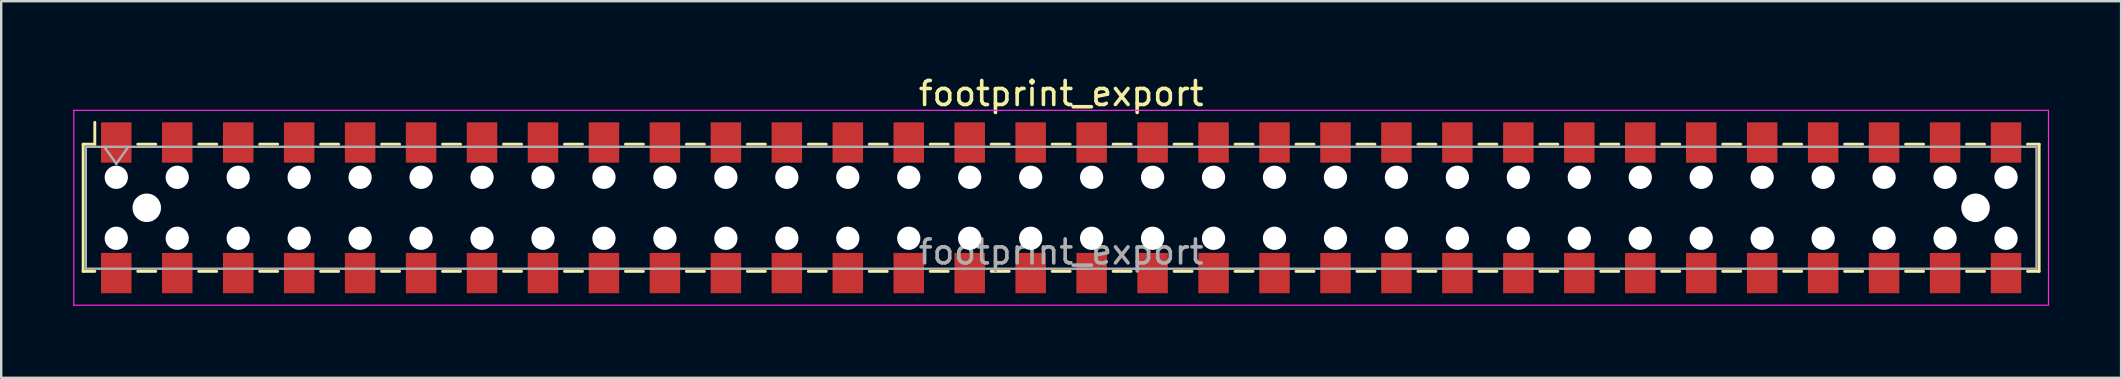
<source format=kicad_pcb>
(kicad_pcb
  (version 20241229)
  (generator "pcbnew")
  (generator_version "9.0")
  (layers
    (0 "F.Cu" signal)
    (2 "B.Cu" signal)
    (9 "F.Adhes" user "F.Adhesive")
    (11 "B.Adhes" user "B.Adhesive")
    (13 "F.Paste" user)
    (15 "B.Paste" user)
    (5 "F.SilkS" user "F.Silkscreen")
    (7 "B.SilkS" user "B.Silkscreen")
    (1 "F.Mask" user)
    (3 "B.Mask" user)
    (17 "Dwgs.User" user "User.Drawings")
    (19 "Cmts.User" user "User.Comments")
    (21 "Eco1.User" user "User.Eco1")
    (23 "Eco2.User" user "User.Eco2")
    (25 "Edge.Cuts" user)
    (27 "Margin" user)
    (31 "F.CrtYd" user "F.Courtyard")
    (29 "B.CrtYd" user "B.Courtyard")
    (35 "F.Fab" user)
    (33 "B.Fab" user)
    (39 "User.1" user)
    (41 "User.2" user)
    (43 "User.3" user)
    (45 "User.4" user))
  (footprint "footprint_export"
    (layer "F.Cu")
    (at 41.165 5.608)
    (property "Reference" "footprint_export" (at 0 -4.76 0) (layer "F.SilkS") (effects (font (size 1 1) (thickness 0.15))))
    (attr smd)
    (fp_line (start -40.75 -2.65) (end -40.75 2.65) (stroke (width 0.12) (type solid)) (layer "F.SilkS"))
    (fp_line (start -40.75 2.65) (end -40.265 2.65) (stroke (width 0.12) (type solid)) (layer "F.SilkS"))
    (fp_line (start -40.265 -3.56) (end -40.265 -2.65) (stroke (width 0.12) (type solid)) (layer "F.SilkS"))
    (fp_line (start -40.265 -2.65) (end -40.75 -2.65) (stroke (width 0.12) (type solid)) (layer "F.SilkS"))
    (fp_line (start -38.475 -2.65) (end -37.725 -2.65) (stroke (width 0.12) (type solid)) (layer "F.SilkS"))
    (fp_line (start -38.475 2.65) (end -37.725 2.65) (stroke (width 0.12) (type solid)) (layer "F.SilkS"))
    (fp_line (start -35.935 -2.65) (end -35.185 -2.65) (stroke (width 0.12) (type solid)) (layer "F.SilkS"))
    (fp_line (start -35.935 2.65) (end -35.185 2.65) (stroke (width 0.12) (type solid)) (layer "F.SilkS"))
    (fp_line (start -33.395 -2.65) (end -32.645 -2.65) (stroke (width 0.12) (type solid)) (layer "F.SilkS"))
    (fp_line (start -33.395 2.65) (end -32.645 2.65) (stroke (width 0.12) (type solid)) (layer "F.SilkS"))
    (fp_line (start -30.855 -2.65) (end -30.105 -2.65) (stroke (width 0.12) (type solid)) (layer "F.SilkS"))
    (fp_line (start -30.855 2.65) (end -30.105 2.65) (stroke (width 0.12) (type solid)) (layer "F.SilkS"))
    (fp_line (start -28.315 -2.65) (end -27.565 -2.65) (stroke (width 0.12) (type solid)) (layer "F.SilkS"))
    (fp_line (start -28.315 2.65) (end -27.565 2.65) (stroke (width 0.12) (type solid)) (layer "F.SilkS"))
    (fp_line (start -25.775 -2.65) (end -25.025 -2.65) (stroke (width 0.12) (type solid)) (layer "F.SilkS"))
    (fp_line (start -25.775 2.65) (end -25.025 2.65) (stroke (width 0.12) (type solid)) (layer "F.SilkS"))
    (fp_line (start -23.235 -2.65) (end -22.485 -2.65) (stroke (width 0.12) (type solid)) (layer "F.SilkS"))
    (fp_line (start -23.235 2.65) (end -22.485 2.65) (stroke (width 0.12) (type solid)) (layer "F.SilkS"))
    (fp_line (start -20.695 -2.65) (end -19.945 -2.65) (stroke (width 0.12) (type solid)) (layer "F.SilkS"))
    (fp_line (start -20.695 2.65) (end -19.945 2.65) (stroke (width 0.12) (type solid)) (layer "F.SilkS"))
    (fp_line (start -18.155 -2.65) (end -17.405 -2.65) (stroke (width 0.12) (type solid)) (layer "F.SilkS"))
    (fp_line (start -18.155 2.65) (end -17.405 2.65) (stroke (width 0.12) (type solid)) (layer "F.SilkS"))
    (fp_line (start -15.615 -2.65) (end -14.865 -2.65) (stroke (width 0.12) (type solid)) (layer "F.SilkS"))
    (fp_line (start -15.615 2.65) (end -14.865 2.65) (stroke (width 0.12) (type solid)) (layer "F.SilkS"))
    (fp_line (start -13.075 -2.65) (end -12.325 -2.65) (stroke (width 0.12) (type solid)) (layer "F.SilkS"))
    (fp_line (start -13.075 2.65) (end -12.325 2.65) (stroke (width 0.12) (type solid)) (layer "F.SilkS"))
    (fp_line (start -10.535 -2.65) (end -9.785 -2.65) (stroke (width 0.12) (type solid)) (layer "F.SilkS"))
    (fp_line (start -10.535 2.65) (end -9.785 2.65) (stroke (width 0.12) (type solid)) (layer "F.SilkS"))
    (fp_line (start -7.995 -2.65) (end -7.245 -2.65) (stroke (width 0.12) (type solid)) (layer "F.SilkS"))
    (fp_line (start -7.995 2.65) (end -7.245 2.65) (stroke (width 0.12) (type solid)) (layer "F.SilkS"))
    (fp_line (start -5.455 -2.65) (end -4.705 -2.65) (stroke (width 0.12) (type solid)) (layer "F.SilkS"))
    (fp_line (start -5.455 2.65) (end -4.705 2.65) (stroke (width 0.12) (type solid)) (layer "F.SilkS"))
    (fp_line (start -2.915 -2.65) (end -2.165 -2.65) (stroke (width 0.12) (type solid)) (layer "F.SilkS"))
    (fp_line (start -2.915 2.65) (end -2.165 2.65) (stroke (width 0.12) (type solid)) (layer "F.SilkS"))
    (fp_line (start -0.375 -2.65) (end 0.375 -2.65) (stroke (width 0.12) (type solid)) (layer "F.SilkS"))
    (fp_line (start -0.375 2.65) (end 0.375 2.65) (stroke (width 0.12) (type solid)) (layer "F.SilkS"))
    (fp_line (start 2.165 -2.65) (end 2.915 -2.65) (stroke (width 0.12) (type solid)) (layer "F.SilkS"))
    (fp_line (start 2.165 2.65) (end 2.915 2.65) (stroke (width 0.12) (type solid)) (layer "F.SilkS"))
    (fp_line (start 4.705 -2.65) (end 5.455 -2.65) (stroke (width 0.12) (type solid)) (layer "F.SilkS"))
    (fp_line (start 4.705 2.65) (end 5.455 2.65) (stroke (width 0.12) (type solid)) (layer "F.SilkS"))
    (fp_line (start 7.245 -2.65) (end 7.995 -2.65) (stroke (width 0.12) (type solid)) (layer "F.SilkS"))
    (fp_line (start 7.245 2.65) (end 7.995 2.65) (stroke (width 0.12) (type solid)) (layer "F.SilkS"))
    (fp_line (start 9.785 -2.65) (end 10.535 -2.65) (stroke (width 0.12) (type solid)) (layer "F.SilkS"))
    (fp_line (start 9.785 2.65) (end 10.535 2.65) (stroke (width 0.12) (type solid)) (layer "F.SilkS"))
    (fp_line (start 12.325 -2.65) (end 13.075 -2.65) (stroke (width 0.12) (type solid)) (layer "F.SilkS"))
    (fp_line (start 12.325 2.65) (end 13.075 2.65) (stroke (width 0.12) (type solid)) (layer "F.SilkS"))
    (fp_line (start 14.865 -2.65) (end 15.615 -2.65) (stroke (width 0.12) (type solid)) (layer "F.SilkS"))
    (fp_line (start 14.865 2.65) (end 15.615 2.65) (stroke (width 0.12) (type solid)) (layer "F.SilkS"))
    (fp_line (start 17.405 -2.65) (end 18.155 -2.65) (stroke (width 0.12) (type solid)) (layer "F.SilkS"))
    (fp_line (start 17.405 2.65) (end 18.155 2.65) (stroke (width 0.12) (type solid)) (layer "F.SilkS"))
    (fp_line (start 19.945 -2.65) (end 20.695 -2.65) (stroke (width 0.12) (type solid)) (layer "F.SilkS"))
    (fp_line (start 19.945 2.65) (end 20.695 2.65) (stroke (width 0.12) (type solid)) (layer "F.SilkS"))
    (fp_line (start 22.485 -2.65) (end 23.235 -2.65) (stroke (width 0.12) (type solid)) (layer "F.SilkS"))
    (fp_line (start 22.485 2.65) (end 23.235 2.65) (stroke (width 0.12) (type solid)) (layer "F.SilkS"))
    (fp_line (start 25.025 -2.65) (end 25.775 -2.65) (stroke (width 0.12) (type solid)) (layer "F.SilkS"))
    (fp_line (start 25.025 2.65) (end 25.775 2.65) (stroke (width 0.12) (type solid)) (layer "F.SilkS"))
    (fp_line (start 27.565 -2.65) (end 28.315 -2.65) (stroke (width 0.12) (type solid)) (layer "F.SilkS"))
    (fp_line (start 27.565 2.65) (end 28.315 2.65) (stroke (width 0.12) (type solid)) (layer "F.SilkS"))
    (fp_line (start 30.105 -2.65) (end 30.855 -2.65) (stroke (width 0.12) (type solid)) (layer "F.SilkS"))
    (fp_line (start 30.105 2.65) (end 30.855 2.65) (stroke (width 0.12) (type solid)) (layer "F.SilkS"))
    (fp_line (start 32.645 -2.65) (end 33.395 -2.65) (stroke (width 0.12) (type solid)) (layer "F.SilkS"))
    (fp_line (start 32.645 2.65) (end 33.395 2.65) (stroke (width 0.12) (type solid)) (layer "F.SilkS"))
    (fp_line (start 35.185 -2.65) (end 35.935 -2.65) (stroke (width 0.12) (type solid)) (layer "F.SilkS"))
    (fp_line (start 35.185 2.65) (end 35.935 2.65) (stroke (width 0.12) (type solid)) (layer "F.SilkS"))
    (fp_line (start 37.725 -2.65) (end 38.475 -2.65) (stroke (width 0.12) (type solid)) (layer "F.SilkS"))
    (fp_line (start 37.725 2.65) (end 38.475 2.65) (stroke (width 0.12) (type solid)) (layer "F.SilkS"))
    (fp_line (start 40.265 -2.65) (end 40.75 -2.65) (stroke (width 0.12) (type solid)) (layer "F.SilkS"))
    (fp_line (start 40.75 -2.65) (end 40.75 2.65) (stroke (width 0.12) (type solid)) (layer "F.SilkS"))
    (fp_line (start 40.75 2.65) (end 40.265 2.65) (stroke (width 0.12) (type solid)) (layer "F.SilkS"))
    (fp_line (start -41.14 -4.06) (end 41.14 -4.06) (stroke (width 0.05) (type solid)) (layer "F.CrtYd"))
    (fp_line (start -41.14 4.06) (end -41.14 -4.06) (stroke (width 0.05) (type solid)) (layer "F.CrtYd"))
    (fp_line (start 41.14 -4.06) (end 41.14 4.06) (stroke (width 0.05) (type solid)) (layer "F.CrtYd"))
    (fp_line (start 41.14 4.06) (end -41.14 4.06) (stroke (width 0.05) (type solid)) (layer "F.CrtYd"))
    (fp_line (start -40.64 -2.54) (end 40.64 -2.54) (stroke (width 0.1) (type solid)) (layer "F.Fab"))
    (fp_line (start -40.64 2.54) (end -40.64 -2.54) (stroke (width 0.1) (type solid)) (layer "F.Fab"))
    (fp_line (start -39.87 -2.54) (end -39.37 -1.833) (stroke (width 0.1) (type solid)) (layer "F.Fab"))
    (fp_line (start -39.37 -1.833) (end -38.87 -2.54) (stroke (width 0.1) (type solid)) (layer "F.Fab"))
    (fp_line (start 40.64 -2.54) (end 40.64 2.54) (stroke (width 0.1) (type solid)) (layer "F.Fab"))
    (fp_line (start 40.64 2.54) (end -40.64 2.54) (stroke (width 0.1) (type solid)) (layer "F.Fab"))
    (fp_text user "${REFERENCE}" (at 0 1.84 0) (layer "F.Fab") (effects (font (size 1 1) (thickness 0.15))))
    (pad "" np_thru_hole circle (at -39.37 -1.27) (size 0.97 0.97) (drill 0.97) (layers "*.Cu" "*.Mask"))
    (pad "" np_thru_hole circle (at -39.37 1.27) (size 0.97 0.97) (drill 0.97) (layers "*.Cu" "*.Mask"))
    (pad "" np_thru_hole circle (at -38.1 0) (size 1.19 1.19) (drill 1.19) (layers "*.Cu" "*.Mask"))
    (pad "" np_thru_hole circle (at -36.83 -1.27) (size 0.97 0.97) (drill 0.97) (layers "*.Cu" "*.Mask"))
    (pad "" np_thru_hole circle (at -36.83 1.27) (size 0.97 0.97) (drill 0.97) (layers "*.Cu" "*.Mask"))
    (pad "" np_thru_hole circle (at -34.29 -1.27) (size 0.97 0.97) (drill 0.97) (layers "*.Cu" "*.Mask"))
    (pad "" np_thru_hole circle (at -34.29 1.27) (size 0.97 0.97) (drill 0.97) (layers "*.Cu" "*.Mask"))
    (pad "" np_thru_hole circle (at -31.75 -1.27) (size 0.97 0.97) (drill 0.97) (layers "*.Cu" "*.Mask"))
    (pad "" np_thru_hole circle (at -31.75 1.27) (size 0.97 0.97) (drill 0.97) (layers "*.Cu" "*.Mask"))
    (pad "" np_thru_hole circle (at -29.21 -1.27) (size 0.97 0.97) (drill 0.97) (layers "*.Cu" "*.Mask"))
    (pad "" np_thru_hole circle (at -29.21 1.27) (size 0.97 0.97) (drill 0.97) (layers "*.Cu" "*.Mask"))
    (pad "" np_thru_hole circle (at -26.67 -1.27) (size 0.97 0.97) (drill 0.97) (layers "*.Cu" "*.Mask"))
    (pad "" np_thru_hole circle (at -26.67 1.27) (size 0.97 0.97) (drill 0.97) (layers "*.Cu" "*.Mask"))
    (pad "" np_thru_hole circle (at -24.13 -1.27) (size 0.97 0.97) (drill 0.97) (layers "*.Cu" "*.Mask"))
    (pad "" np_thru_hole circle (at -24.13 1.27) (size 0.97 0.97) (drill 0.97) (layers "*.Cu" "*.Mask"))
    (pad "" np_thru_hole circle (at -21.59 -1.27) (size 0.97 0.97) (drill 0.97) (layers "*.Cu" "*.Mask"))
    (pad "" np_thru_hole circle (at -21.59 1.27) (size 0.97 0.97) (drill 0.97) (layers "*.Cu" "*.Mask"))
    (pad "" np_thru_hole circle (at -19.05 -1.27) (size 0.97 0.97) (drill 0.97) (layers "*.Cu" "*.Mask"))
    (pad "" np_thru_hole circle (at -19.05 1.27) (size 0.97 0.97) (drill 0.97) (layers "*.Cu" "*.Mask"))
    (pad "" np_thru_hole circle (at -16.51 -1.27) (size 0.97 0.97) (drill 0.97) (layers "*.Cu" "*.Mask"))
    (pad "" np_thru_hole circle (at -16.51 1.27) (size 0.97 0.97) (drill 0.97) (layers "*.Cu" "*.Mask"))
    (pad "" np_thru_hole circle (at -13.97 -1.27) (size 0.97 0.97) (drill 0.97) (layers "*.Cu" "*.Mask"))
    (pad "" np_thru_hole circle (at -13.97 1.27) (size 0.97 0.97) (drill 0.97) (layers "*.Cu" "*.Mask"))
    (pad "" np_thru_hole circle (at -11.43 -1.27) (size 0.97 0.97) (drill 0.97) (layers "*.Cu" "*.Mask"))
    (pad "" np_thru_hole circle (at -11.43 1.27) (size 0.97 0.97) (drill 0.97) (layers "*.Cu" "*.Mask"))
    (pad "" np_thru_hole circle (at -8.89 -1.27) (size 0.97 0.97) (drill 0.97) (layers "*.Cu" "*.Mask"))
    (pad "" np_thru_hole circle (at -8.89 1.27) (size 0.97 0.97) (drill 0.97) (layers "*.Cu" "*.Mask"))
    (pad "" np_thru_hole circle (at -6.35 -1.27) (size 0.97 0.97) (drill 0.97) (layers "*.Cu" "*.Mask"))
    (pad "" np_thru_hole circle (at -6.35 1.27) (size 0.97 0.97) (drill 0.97) (layers "*.Cu" "*.Mask"))
    (pad "" np_thru_hole circle (at -3.81 -1.27) (size 0.97 0.97) (drill 0.97) (layers "*.Cu" "*.Mask"))
    (pad "" np_thru_hole circle (at -3.81 1.27) (size 0.97 0.97) (drill 0.97) (layers "*.Cu" "*.Mask"))
    (pad "" np_thru_hole circle (at -1.27 -1.27) (size 0.97 0.97) (drill 0.97) (layers "*.Cu" "*.Mask"))
    (pad "" np_thru_hole circle (at -1.27 1.27) (size 0.97 0.97) (drill 0.97) (layers "*.Cu" "*.Mask"))
    (pad "" np_thru_hole circle (at 1.27 -1.27) (size 0.97 0.97) (drill 0.97) (layers "*.Cu" "*.Mask"))
    (pad "" np_thru_hole circle (at 1.27 1.27) (size 0.97 0.97) (drill 0.97) (layers "*.Cu" "*.Mask"))
    (pad "" np_thru_hole circle (at 3.81 -1.27) (size 0.97 0.97) (drill 0.97) (layers "*.Cu" "*.Mask"))
    (pad "" np_thru_hole circle (at 3.81 1.27) (size 0.97 0.97) (drill 0.97) (layers "*.Cu" "*.Mask"))
    (pad "" np_thru_hole circle (at 6.35 -1.27) (size 0.97 0.97) (drill 0.97) (layers "*.Cu" "*.Mask"))
    (pad "" np_thru_hole circle (at 6.35 1.27) (size 0.97 0.97) (drill 0.97) (layers "*.Cu" "*.Mask"))
    (pad "" np_thru_hole circle (at 8.89 -1.27) (size 0.97 0.97) (drill 0.97) (layers "*.Cu" "*.Mask"))
    (pad "" np_thru_hole circle (at 8.89 1.27) (size 0.97 0.97) (drill 0.97) (layers "*.Cu" "*.Mask"))
    (pad "" np_thru_hole circle (at 11.43 -1.27) (size 0.97 0.97) (drill 0.97) (layers "*.Cu" "*.Mask"))
    (pad "" np_thru_hole circle (at 11.43 1.27) (size 0.97 0.97) (drill 0.97) (layers "*.Cu" "*.Mask"))
    (pad "" np_thru_hole circle (at 13.97 -1.27) (size 0.97 0.97) (drill 0.97) (layers "*.Cu" "*.Mask"))
    (pad "" np_thru_hole circle (at 13.97 1.27) (size 0.97 0.97) (drill 0.97) (layers "*.Cu" "*.Mask"))
    (pad "" np_thru_hole circle (at 16.51 -1.27) (size 0.97 0.97) (drill 0.97) (layers "*.Cu" "*.Mask"))
    (pad "" np_thru_hole circle (at 16.51 1.27) (size 0.97 0.97) (drill 0.97) (layers "*.Cu" "*.Mask"))
    (pad "" np_thru_hole circle (at 19.05 -1.27) (size 0.97 0.97) (drill 0.97) (layers "*.Cu" "*.Mask"))
    (pad "" np_thru_hole circle (at 19.05 1.27) (size 0.97 0.97) (drill 0.97) (layers "*.Cu" "*.Mask"))
    (pad "" np_thru_hole circle (at 21.59 -1.27) (size 0.97 0.97) (drill 0.97) (layers "*.Cu" "*.Mask"))
    (pad "" np_thru_hole circle (at 21.59 1.27) (size 0.97 0.97) (drill 0.97) (layers "*.Cu" "*.Mask"))
    (pad "" np_thru_hole circle (at 24.13 -1.27) (size 0.97 0.97) (drill 0.97) (layers "*.Cu" "*.Mask"))
    (pad "" np_thru_hole circle (at 24.13 1.27) (size 0.97 0.97) (drill 0.97) (layers "*.Cu" "*.Mask"))
    (pad "" np_thru_hole circle (at 26.67 -1.27) (size 0.97 0.97) (drill 0.97) (layers "*.Cu" "*.Mask"))
    (pad "" np_thru_hole circle (at 26.67 1.27) (size 0.97 0.97) (drill 0.97) (layers "*.Cu" "*.Mask"))
    (pad "" np_thru_hole circle (at 29.21 -1.27) (size 0.97 0.97) (drill 0.97) (layers "*.Cu" "*.Mask"))
    (pad "" np_thru_hole circle (at 29.21 1.27) (size 0.97 0.97) (drill 0.97) (layers "*.Cu" "*.Mask"))
    (pad "" np_thru_hole circle (at 31.75 -1.27) (size 0.97 0.97) (drill 0.97) (layers "*.Cu" "*.Mask"))
    (pad "" np_thru_hole circle (at 31.75 1.27) (size 0.97 0.97) (drill 0.97) (layers "*.Cu" "*.Mask"))
    (pad "" np_thru_hole circle (at 34.29 -1.27) (size 0.97 0.97) (drill 0.97) (layers "*.Cu" "*.Mask"))
    (pad "" np_thru_hole circle (at 34.29 1.27) (size 0.97 0.97) (drill 0.97) (layers "*.Cu" "*.Mask"))
    (pad "" np_thru_hole circle (at 36.83 -1.27) (size 0.97 0.97) (drill 0.97) (layers "*.Cu" "*.Mask"))
    (pad "" np_thru_hole circle (at 36.83 1.27) (size 0.97 0.97) (drill 0.97) (layers "*.Cu" "*.Mask"))
    (pad "" np_thru_hole circle (at 38.1 0) (size 1.19 1.19) (drill 1.19) (layers "*.Cu" "*.Mask"))
    (pad "" np_thru_hole circle (at 39.37 -1.27) (size 0.97 0.97) (drill 0.97) (layers "*.Cu" "*.Mask"))
    (pad "" np_thru_hole circle (at 39.37 1.27) (size 0.97 0.97) (drill 0.97) (layers "*.Cu" "*.Mask"))
    (pad "1" smd rect (at -39.37 -2.72) (size 1.27 1.68) (layers "F.Cu" "F.Mask" "F.Paste"))
    (pad "2" smd rect (at -39.37 2.72) (size 1.27 1.68) (layers "F.Cu" "F.Mask" "F.Paste"))
    (pad "3" smd rect (at -36.83 -2.72) (size 1.27 1.68) (layers "F.Cu" "F.Mask" "F.Paste"))
    (pad "4" smd rect (at -36.83 2.72) (size 1.27 1.68) (layers "F.Cu" "F.Mask" "F.Paste"))
    (pad "5" smd rect (at -34.29 -2.72) (size 1.27 1.68) (layers "F.Cu" "F.Mask" "F.Paste"))
    (pad "6" smd rect (at -34.29 2.72) (size 1.27 1.68) (layers "F.Cu" "F.Mask" "F.Paste"))
    (pad "7" smd rect (at -31.75 -2.72) (size 1.27 1.68) (layers "F.Cu" "F.Mask" "F.Paste"))
    (pad "8" smd rect (at -31.75 2.72) (size 1.27 1.68) (layers "F.Cu" "F.Mask" "F.Paste"))
    (pad "9" smd rect (at -29.21 -2.72) (size 1.27 1.68) (layers "F.Cu" "F.Mask" "F.Paste"))
    (pad "10" smd rect (at -29.21 2.72) (size 1.27 1.68) (layers "F.Cu" "F.Mask" "F.Paste"))
    (pad "11" smd rect (at -26.67 -2.72) (size 1.27 1.68) (layers "F.Cu" "F.Mask" "F.Paste"))
    (pad "12" smd rect (at -26.67 2.72) (size 1.27 1.68) (layers "F.Cu" "F.Mask" "F.Paste"))
    (pad "13" smd rect (at -24.13 -2.72) (size 1.27 1.68) (layers "F.Cu" "F.Mask" "F.Paste"))
    (pad "14" smd rect (at -24.13 2.72) (size 1.27 1.68) (layers "F.Cu" "F.Mask" "F.Paste"))
    (pad "15" smd rect (at -21.59 -2.72) (size 1.27 1.68) (layers "F.Cu" "F.Mask" "F.Paste"))
    (pad "16" smd rect (at -21.59 2.72) (size 1.27 1.68) (layers "F.Cu" "F.Mask" "F.Paste"))
    (pad "17" smd rect (at -19.05 -2.72) (size 1.27 1.68) (layers "F.Cu" "F.Mask" "F.Paste"))
    (pad "18" smd rect (at -19.05 2.72) (size 1.27 1.68) (layers "F.Cu" "F.Mask" "F.Paste"))
    (pad "19" smd rect (at -16.51 -2.72) (size 1.27 1.68) (layers "F.Cu" "F.Mask" "F.Paste"))
    (pad "20" smd rect (at -16.51 2.72) (size 1.27 1.68) (layers "F.Cu" "F.Mask" "F.Paste"))
    (pad "21" smd rect (at -13.97 -2.72) (size 1.27 1.68) (layers "F.Cu" "F.Mask" "F.Paste"))
    (pad "22" smd rect (at -13.97 2.72) (size 1.27 1.68) (layers "F.Cu" "F.Mask" "F.Paste"))
    (pad "23" smd rect (at -11.43 -2.72) (size 1.27 1.68) (layers "F.Cu" "F.Mask" "F.Paste"))
    (pad "24" smd rect (at -11.43 2.72) (size 1.27 1.68) (layers "F.Cu" "F.Mask" "F.Paste"))
    (pad "25" smd rect (at -8.89 -2.72) (size 1.27 1.68) (layers "F.Cu" "F.Mask" "F.Paste"))
    (pad "26" smd rect (at -8.89 2.72) (size 1.27 1.68) (layers "F.Cu" "F.Mask" "F.Paste"))
    (pad "27" smd rect (at -6.35 -2.72) (size 1.27 1.68) (layers "F.Cu" "F.Mask" "F.Paste"))
    (pad "28" smd rect (at -6.35 2.72) (size 1.27 1.68) (layers "F.Cu" "F.Mask" "F.Paste"))
    (pad "29" smd rect (at -3.81 -2.72) (size 1.27 1.68) (layers "F.Cu" "F.Mask" "F.Paste"))
    (pad "30" smd rect (at -3.81 2.72) (size 1.27 1.68) (layers "F.Cu" "F.Mask" "F.Paste"))
    (pad "31" smd rect (at -1.27 -2.72) (size 1.27 1.68) (layers "F.Cu" "F.Mask" "F.Paste"))
    (pad "32" smd rect (at -1.27 2.72) (size 1.27 1.68) (layers "F.Cu" "F.Mask" "F.Paste"))
    (pad "33" smd rect (at 1.27 -2.72) (size 1.27 1.68) (layers "F.Cu" "F.Mask" "F.Paste"))
    (pad "34" smd rect (at 1.27 2.72) (size 1.27 1.68) (layers "F.Cu" "F.Mask" "F.Paste"))
    (pad "35" smd rect (at 3.81 -2.72) (size 1.27 1.68) (layers "F.Cu" "F.Mask" "F.Paste"))
    (pad "36" smd rect (at 3.81 2.72) (size 1.27 1.68) (layers "F.Cu" "F.Mask" "F.Paste"))
    (pad "37" smd rect (at 6.35 -2.72) (size 1.27 1.68) (layers "F.Cu" "F.Mask" "F.Paste"))
    (pad "38" smd rect (at 6.35 2.72) (size 1.27 1.68) (layers "F.Cu" "F.Mask" "F.Paste"))
    (pad "39" smd rect (at 8.89 -2.72) (size 1.27 1.68) (layers "F.Cu" "F.Mask" "F.Paste"))
    (pad "40" smd rect (at 8.89 2.72) (size 1.27 1.68) (layers "F.Cu" "F.Mask" "F.Paste"))
    (pad "41" smd rect (at 11.43 -2.72) (size 1.27 1.68) (layers "F.Cu" "F.Mask" "F.Paste"))
    (pad "42" smd rect (at 11.43 2.72) (size 1.27 1.68) (layers "F.Cu" "F.Mask" "F.Paste"))
    (pad "43" smd rect (at 13.97 -2.72) (size 1.27 1.68) (layers "F.Cu" "F.Mask" "F.Paste"))
    (pad "44" smd rect (at 13.97 2.72) (size 1.27 1.68) (layers "F.Cu" "F.Mask" "F.Paste"))
    (pad "45" smd rect (at 16.51 -2.72) (size 1.27 1.68) (layers "F.Cu" "F.Mask" "F.Paste"))
    (pad "46" smd rect (at 16.51 2.72) (size 1.27 1.68) (layers "F.Cu" "F.Mask" "F.Paste"))
    (pad "47" smd rect (at 19.05 -2.72) (size 1.27 1.68) (layers "F.Cu" "F.Mask" "F.Paste"))
    (pad "48" smd rect (at 19.05 2.72) (size 1.27 1.68) (layers "F.Cu" "F.Mask" "F.Paste"))
    (pad "49" smd rect (at 21.59 -2.72) (size 1.27 1.68) (layers "F.Cu" "F.Mask" "F.Paste"))
    (pad "50" smd rect (at 21.59 2.72) (size 1.27 1.68) (layers "F.Cu" "F.Mask" "F.Paste"))
    (pad "51" smd rect (at 24.13 -2.72) (size 1.27 1.68) (layers "F.Cu" "F.Mask" "F.Paste"))
    (pad "52" smd rect (at 24.13 2.72) (size 1.27 1.68) (layers "F.Cu" "F.Mask" "F.Paste"))
    (pad "53" smd rect (at 26.67 -2.72) (size 1.27 1.68) (layers "F.Cu" "F.Mask" "F.Paste"))
    (pad "54" smd rect (at 26.67 2.72) (size 1.27 1.68) (layers "F.Cu" "F.Mask" "F.Paste"))
    (pad "55" smd rect (at 29.21 -2.72) (size 1.27 1.68) (layers "F.Cu" "F.Mask" "F.Paste"))
    (pad "56" smd rect (at 29.21 2.72) (size 1.27 1.68) (layers "F.Cu" "F.Mask" "F.Paste"))
    (pad "57" smd rect (at 31.75 -2.72) (size 1.27 1.68) (layers "F.Cu" "F.Mask" "F.Paste"))
    (pad "58" smd rect (at 31.75 2.72) (size 1.27 1.68) (layers "F.Cu" "F.Mask" "F.Paste"))
    (pad "59" smd rect (at 34.29 -2.72) (size 1.27 1.68) (layers "F.Cu" "F.Mask" "F.Paste"))
    (pad "60" smd rect (at 34.29 2.72) (size 1.27 1.68) (layers "F.Cu" "F.Mask" "F.Paste"))
    (pad "61" smd rect (at 36.83 -2.72) (size 1.27 1.68) (layers "F.Cu" "F.Mask" "F.Paste"))
    (pad "62" smd rect (at 36.83 2.72) (size 1.27 1.68) (layers "F.Cu" "F.Mask" "F.Paste"))
    (pad "63" smd rect (at 39.37 -2.72) (size 1.27 1.68) (layers "F.Cu" "F.Mask" "F.Paste"))
    (pad "64" smd rect (at 39.37 2.72) (size 1.27 1.68) (layers "F.Cu" "F.Mask" "F.Paste")))
  (gr_rect
    (start -3 -3)
    (end 85.33 12.693)
    (stroke (width 0.1) (type default))
    (fill no)
    (layer "Edge.Cuts")))
</source>
